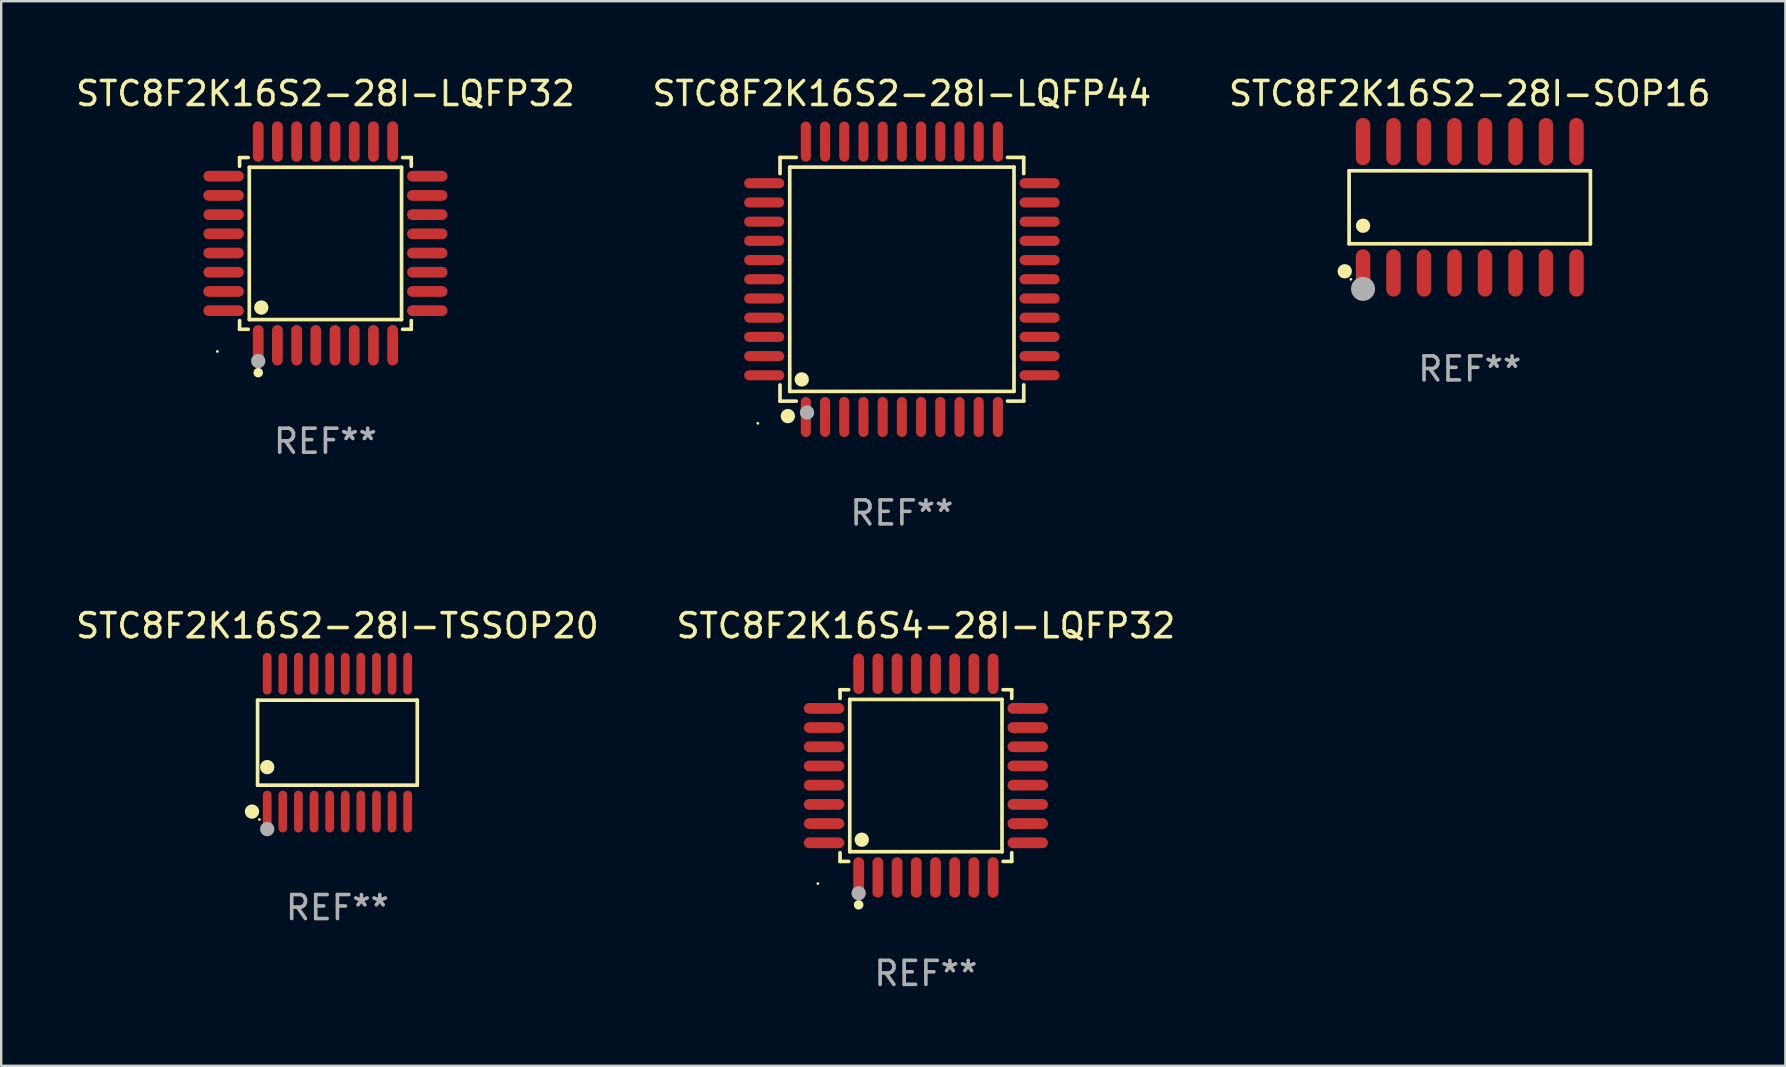
<source format=kicad_pcb>
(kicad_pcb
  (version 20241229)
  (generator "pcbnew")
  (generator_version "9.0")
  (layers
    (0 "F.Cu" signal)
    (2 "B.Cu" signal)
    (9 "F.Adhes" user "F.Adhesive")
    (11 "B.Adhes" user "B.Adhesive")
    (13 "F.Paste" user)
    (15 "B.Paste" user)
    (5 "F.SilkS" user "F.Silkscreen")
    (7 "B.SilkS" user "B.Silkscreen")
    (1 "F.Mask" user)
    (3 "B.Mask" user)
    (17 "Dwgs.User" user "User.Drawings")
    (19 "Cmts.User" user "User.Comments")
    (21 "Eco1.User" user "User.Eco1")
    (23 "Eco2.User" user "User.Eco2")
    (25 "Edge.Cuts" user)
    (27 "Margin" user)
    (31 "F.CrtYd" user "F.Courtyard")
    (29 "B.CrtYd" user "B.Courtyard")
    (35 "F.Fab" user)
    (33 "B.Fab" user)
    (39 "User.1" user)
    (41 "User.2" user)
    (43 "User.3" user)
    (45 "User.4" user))
  (footprint "STC8F2K16S2-28I-SOP16"
    (layer "F.Cu")
    (at 58.173 5.584)
    (property "Reference" "STC8F2K16S2-28I-SOP16" (at 0 -4.736 0) (layer "F.SilkS") (effects (font (size 1 1) (thickness 0.15))))
    (attr through_hole)
    (fp_line (start -5.026 -1.521) (end 5.026 -1.521) (stroke (width 0.152) (type solid)) (layer "F.SilkS"))
    (fp_line (start -5.026 1.521) (end -5.026 -1.521) (stroke (width 0.152) (type solid)) (layer "F.SilkS"))
    (fp_line (start 5.026 -1.521) (end 5.026 1.521) (stroke (width 0.152) (type solid)) (layer "F.SilkS"))
    (fp_line (start 5.026 1.521) (end -5.026 1.521) (stroke (width 0.152) (type solid)) (layer "F.SilkS"))
    (fp_circle (center -5.207 2.667) (end -5.057 2.667) (stroke (width 0.3) (type solid)) (fill no) (layer "F.SilkS"))
    (fp_circle (center -4.95 3) (end -4.92 3) (stroke (width 0.06) (type solid)) (fill no) (layer "F.SilkS"))
    (fp_circle (center -4.445 0.769) (end -4.295 0.769) (stroke (width 0.3) (type solid)) (fill no) (layer "F.SilkS"))
    (fp_circle (center -4.445 3.4) (end -4.195 3.4) (stroke (width 0.5) (type solid)) (fill no) (layer "F.Fab"))
    (fp_text user "REF**" (at 0 6.736 0) (layer "F.Fab") (effects (font (size 1 1) (thickness 0.15))))
    (pad "1" smd oval (at -4.445 2.736) (size 0.602 1.971) (layers "F.Cu" "F.Mask" "F.Paste"))
    (pad "2" smd oval (at -3.175 2.736) (size 0.602 1.971) (layers "F.Cu" "F.Mask" "F.Paste"))
    (pad "3" smd oval (at -1.905 2.736) (size 0.602 1.971) (layers "F.Cu" "F.Mask" "F.Paste"))
    (pad "4" smd oval (at -0.635 2.736) (size 0.602 1.971) (layers "F.Cu" "F.Mask" "F.Paste"))
    (pad "5" smd oval (at 0.635 2.736) (size 0.602 1.971) (layers "F.Cu" "F.Mask" "F.Paste"))
    (pad "6" smd oval (at 1.905 2.736) (size 0.602 1.971) (layers "F.Cu" "F.Mask" "F.Paste"))
    (pad "7" smd oval (at 3.175 2.736) (size 0.602 1.971) (layers "F.Cu" "F.Mask" "F.Paste"))
    (pad "8" smd oval (at 4.445 2.736) (size 0.602 1.971) (layers "F.Cu" "F.Mask" "F.Paste"))
    (pad "9" smd oval (at 4.445 -2.736) (size 0.602 1.971) (layers "F.Cu" "F.Mask" "F.Paste"))
    (pad "10" smd oval (at 3.175 -2.736) (size 0.602 1.971) (layers "F.Cu" "F.Mask" "F.Paste"))
    (pad "11" smd oval (at 1.905 -2.736) (size 0.602 1.971) (layers "F.Cu" "F.Mask" "F.Paste"))
    (pad "12" smd oval (at 0.635 -2.736) (size 0.602 1.971) (layers "F.Cu" "F.Mask" "F.Paste"))
    (pad "13" smd oval (at -0.635 -2.736) (size 0.602 1.971) (layers "F.Cu" "F.Mask" "F.Paste"))
    (pad "14" smd oval (at -1.905 -2.736) (size 0.602 1.971) (layers "F.Cu" "F.Mask" "F.Paste"))
    (pad "15" smd oval (at -3.175 -2.736) (size 0.602 1.971) (layers "F.Cu" "F.Mask" "F.Paste"))
    (pad "16" smd oval (at -4.445 -2.736) (size 0.602 1.971) (layers "F.Cu" "F.Mask" "F.Paste")))
  (footprint "STC8F2K16S4-28I-LQFP32"
    (layer "F.Cu")
    (at 35.518 29.257)
    (property "Reference" "STC8F2K16S4-28I-LQFP32" (at 0 -6.242 0) (layer "F.SilkS") (effects (font (size 1 1) (thickness 0.15))))
    (attr through_hole)
    (fp_line (start -3.576 -3.576) (end -3.215 -3.576) (stroke (width 0.152) (type solid)) (layer "F.SilkS"))
    (fp_line (start -3.576 -3.215) (end -3.576 -3.576) (stroke (width 0.152) (type solid)) (layer "F.SilkS"))
    (fp_line (start -3.576 3.215) (end -3.576 3.576) (stroke (width 0.152) (type solid)) (layer "F.SilkS"))
    (fp_line (start -3.576 3.576) (end -3.215 3.576) (stroke (width 0.152) (type solid)) (layer "F.SilkS"))
    (fp_line (start -3.171 -3.171) (end 3.171 -3.171) (stroke (width 0.152) (type solid)) (layer "F.SilkS"))
    (fp_line (start -3.171 3.171) (end -3.171 -3.171) (stroke (width 0.152) (type solid)) (layer "F.SilkS"))
    (fp_line (start 3.171 -3.171) (end 3.171 3.171) (stroke (width 0.152) (type solid)) (layer "F.SilkS"))
    (fp_line (start 3.171 3.171) (end -3.171 3.171) (stroke (width 0.152) (type solid)) (layer "F.SilkS"))
    (fp_line (start 3.576 -3.576) (end 3.215 -3.576) (stroke (width 0.152) (type solid)) (layer "F.SilkS"))
    (fp_line (start 3.576 -3.215) (end 3.576 -3.576) (stroke (width 0.152) (type solid)) (layer "F.SilkS"))
    (fp_line (start 3.576 3.215) (end 3.576 3.576) (stroke (width 0.152) (type solid)) (layer "F.SilkS"))
    (fp_line (start 3.576 3.576) (end 3.215 3.576) (stroke (width 0.152) (type solid)) (layer "F.SilkS"))
    (fp_circle (center -4.5 4.5) (end -4.47 4.5) (stroke (width 0.06) (type solid)) (fill no) (layer "F.SilkS"))
    (fp_circle (center -2.8 5.384) (end -2.7 5.384) (stroke (width 0.2) (type solid)) (fill no) (layer "F.SilkS"))
    (fp_circle (center -2.671 2.671) (end -2.521 2.671) (stroke (width 0.3) (type solid)) (fill no) (layer "F.SilkS"))
    (fp_circle (center -2.8 4.9) (end -2.65 4.9) (stroke (width 0.3) (type solid)) (fill no) (layer "F.Fab"))
    (fp_text user "REF**" (at 0 8.242 0) (layer "F.Fab") (effects (font (size 1 1) (thickness 0.15))))
    (pad "1" smd oval (at -2.8 4.242) (size 0.448 1.684) (layers "F.Cu" "F.Mask" "F.Paste"))
    (pad "2" smd oval (at -2 4.242) (size 0.448 1.684) (layers "F.Cu" "F.Mask" "F.Paste"))
    (pad "3" smd oval (at -1.2 4.242) (size 0.448 1.684) (layers "F.Cu" "F.Mask" "F.Paste"))
    (pad "4" smd oval (at -0.4 4.242) (size 0.448 1.684) (layers "F.Cu" "F.Mask" "F.Paste"))
    (pad "5" smd oval (at 0.4 4.242) (size 0.448 1.684) (layers "F.Cu" "F.Mask" "F.Paste"))
    (pad "6" smd oval (at 1.2 4.242) (size 0.448 1.684) (layers "F.Cu" "F.Mask" "F.Paste"))
    (pad "7" smd oval (at 2 4.242) (size 0.448 1.684) (layers "F.Cu" "F.Mask" "F.Paste"))
    (pad "8" smd oval (at 2.8 4.242) (size 0.448 1.684) (layers "F.Cu" "F.Mask" "F.Paste"))
    (pad "9" smd oval (at 4.242 2.8) (size 1.684 0.448) (layers "F.Cu" "F.Mask" "F.Paste"))
    (pad "10" smd oval (at 4.242 2) (size 1.684 0.448) (layers "F.Cu" "F.Mask" "F.Paste"))
    (pad "11" smd oval (at 4.242 1.2) (size 1.684 0.448) (layers "F.Cu" "F.Mask" "F.Paste"))
    (pad "12" smd oval (at 4.242 0.4) (size 1.684 0.448) (layers "F.Cu" "F.Mask" "F.Paste"))
    (pad "13" smd oval (at 4.242 -0.4) (size 1.684 0.448) (layers "F.Cu" "F.Mask" "F.Paste"))
    (pad "14" smd oval (at 4.242 -1.2) (size 1.684 0.448) (layers "F.Cu" "F.Mask" "F.Paste"))
    (pad "15" smd oval (at 4.242 -2) (size 1.684 0.448) (layers "F.Cu" "F.Mask" "F.Paste"))
    (pad "16" smd oval (at 4.242 -2.8) (size 1.684 0.448) (layers "F.Cu" "F.Mask" "F.Paste"))
    (pad "17" smd oval (at 2.8 -4.242) (size 0.448 1.684) (layers "F.Cu" "F.Mask" "F.Paste"))
    (pad "18" smd oval (at 2 -4.242) (size 0.448 1.684) (layers "F.Cu" "F.Mask" "F.Paste"))
    (pad "19" smd oval (at 1.2 -4.242) (size 0.448 1.684) (layers "F.Cu" "F.Mask" "F.Paste"))
    (pad "20" smd oval (at 0.4 -4.242) (size 0.448 1.684) (layers "F.Cu" "F.Mask" "F.Paste"))
    (pad "21" smd oval (at -0.4 -4.242) (size 0.448 1.684) (layers "F.Cu" "F.Mask" "F.Paste"))
    (pad "22" smd oval (at -1.2 -4.242) (size 0.448 1.684) (layers "F.Cu" "F.Mask" "F.Paste"))
    (pad "23" smd oval (at -2 -4.242) (size 0.448 1.684) (layers "F.Cu" "F.Mask" "F.Paste"))
    (pad "24" smd oval (at -2.8 -4.242) (size 0.448 1.684) (layers "F.Cu" "F.Mask" "F.Paste"))
    (pad "25" smd oval (at -4.242 -2.8) (size 1.684 0.448) (layers "F.Cu" "F.Mask" "F.Paste"))
    (pad "26" smd oval (at -4.242 -2) (size 1.684 0.448) (layers "F.Cu" "F.Mask" "F.Paste"))
    (pad "27" smd oval (at -4.242 -1.2) (size 1.684 0.448) (layers "F.Cu" "F.Mask" "F.Paste"))
    (pad "28" smd oval (at -4.242 -0.4) (size 1.684 0.448) (layers "F.Cu" "F.Mask" "F.Paste"))
    (pad "29" smd oval (at -4.242 0.4) (size 1.684 0.448) (layers "F.Cu" "F.Mask" "F.Paste"))
    (pad "30" smd oval (at -4.242 1.2) (size 1.684 0.448) (layers "F.Cu" "F.Mask" "F.Paste"))
    (pad "31" smd oval (at -4.242 2) (size 1.684 0.448) (layers "F.Cu" "F.Mask" "F.Paste"))
    (pad "32" smd oval (at -4.242 2.8) (size 1.684 0.448) (layers "F.Cu" "F.Mask" "F.Paste")))
  (footprint "STC8F2K16S2-28I-LQFP44"
    (layer "F.Cu")
    (at 34.518 8.583)
    (property "Reference" "STC8F2K16S2-28I-LQFP44" (at 0 -7.735 0) (layer "F.SilkS") (effects (font (size 1 1) (thickness 0.15))))
    (attr through_hole)
    (fp_line (start -5.076 -5.076) (end -4.401 -5.076) (stroke (width 0.152) (type solid)) (layer "F.SilkS"))
    (fp_line (start -5.076 -4.401) (end -5.076 -5.076) (stroke (width 0.152) (type solid)) (layer "F.SilkS"))
    (fp_line (start -5.076 4.401) (end -5.076 5.076) (stroke (width 0.152) (type solid)) (layer "F.SilkS"))
    (fp_line (start -5.076 5.076) (end -4.401 5.076) (stroke (width 0.152) (type solid)) (layer "F.SilkS"))
    (fp_line (start -4.671 -4.671) (end 4.671 -4.671) (stroke (width 0.152) (type solid)) (layer "F.SilkS"))
    (fp_line (start -4.671 4.671) (end -4.671 -4.671) (stroke (width 0.152) (type solid)) (layer "F.SilkS"))
    (fp_line (start 4.671 -4.671) (end 4.671 4.671) (stroke (width 0.152) (type solid)) (layer "F.SilkS"))
    (fp_line (start 4.671 4.671) (end -4.671 4.671) (stroke (width 0.152) (type solid)) (layer "F.SilkS"))
    (fp_line (start 5.076 -5.076) (end 4.401 -5.076) (stroke (width 0.152) (type solid)) (layer "F.SilkS"))
    (fp_line (start 5.076 -4.401) (end 5.076 -5.076) (stroke (width 0.152) (type solid)) (layer "F.SilkS"))
    (fp_line (start 5.076 4.401) (end 5.076 5.076) (stroke (width 0.152) (type solid)) (layer "F.SilkS"))
    (fp_line (start 5.076 5.076) (end 4.401 5.076) (stroke (width 0.152) (type solid)) (layer "F.SilkS"))
    (fp_circle (center -6 6) (end -5.97 6) (stroke (width 0.06) (type solid)) (fill no) (layer "F.SilkS"))
    (fp_circle (center -4.75 5.7) (end -4.6 5.7) (stroke (width 0.3) (type solid)) (fill no) (layer "F.SilkS"))
    (fp_circle (center -4.171 4.171) (end -4.021 4.171) (stroke (width 0.3) (type solid)) (fill no) (layer "F.SilkS"))
    (fp_circle (center -3.95 5.55) (end -3.8 5.55) (stroke (width 0.3) (type solid)) (fill no) (layer "F.Fab"))
    (fp_text user "REF**" (at 0 9.735 0) (layer "F.Fab") (effects (font (size 1 1) (thickness 0.15))))
    (pad "1" smd oval (at -4 5.735) (size 0.42 1.67) (layers "F.Cu" "F.Mask" "F.Paste"))
    (pad "2" smd oval (at -3.2 5.735) (size 0.42 1.67) (layers "F.Cu" "F.Mask" "F.Paste"))
    (pad "3" smd oval (at -2.4 5.735) (size 0.42 1.67) (layers "F.Cu" "F.Mask" "F.Paste"))
    (pad "4" smd oval (at -1.6 5.735) (size 0.42 1.67) (layers "F.Cu" "F.Mask" "F.Paste"))
    (pad "5" smd oval (at -0.8 5.735) (size 0.42 1.67) (layers "F.Cu" "F.Mask" "F.Paste"))
    (pad "6" smd oval (at 0 5.735) (size 0.42 1.67) (layers "F.Cu" "F.Mask" "F.Paste"))
    (pad "7" smd oval (at 0.8 5.735) (size 0.42 1.67) (layers "F.Cu" "F.Mask" "F.Paste"))
    (pad "8" smd oval (at 1.6 5.735) (size 0.42 1.67) (layers "F.Cu" "F.Mask" "F.Paste"))
    (pad "9" smd oval (at 2.4 5.735) (size 0.42 1.67) (layers "F.Cu" "F.Mask" "F.Paste"))
    (pad "10" smd oval (at 3.2 5.735) (size 0.42 1.67) (layers "F.Cu" "F.Mask" "F.Paste"))
    (pad "11" smd oval (at 4 5.735) (size 0.42 1.67) (layers "F.Cu" "F.Mask" "F.Paste"))
    (pad "12" smd oval (at 5.735 4) (size 1.67 0.42) (layers "F.Cu" "F.Mask" "F.Paste"))
    (pad "13" smd oval (at 5.735 3.2) (size 1.67 0.42) (layers "F.Cu" "F.Mask" "F.Paste"))
    (pad "14" smd oval (at 5.735 2.4) (size 1.67 0.42) (layers "F.Cu" "F.Mask" "F.Paste"))
    (pad "15" smd oval (at 5.735 1.6) (size 1.67 0.42) (layers "F.Cu" "F.Mask" "F.Paste"))
    (pad "16" smd oval (at 5.735 0.8) (size 1.67 0.42) (layers "F.Cu" "F.Mask" "F.Paste"))
    (pad "17" smd oval (at 5.735 0) (size 1.67 0.42) (layers "F.Cu" "F.Mask" "F.Paste"))
    (pad "18" smd oval (at 5.735 -0.8) (size 1.67 0.42) (layers "F.Cu" "F.Mask" "F.Paste"))
    (pad "19" smd oval (at 5.735 -1.6) (size 1.67 0.42) (layers "F.Cu" "F.Mask" "F.Paste"))
    (pad "20" smd oval (at 5.735 -2.4) (size 1.67 0.42) (layers "F.Cu" "F.Mask" "F.Paste"))
    (pad "21" smd oval (at 5.735 -3.2) (size 1.67 0.42) (layers "F.Cu" "F.Mask" "F.Paste"))
    (pad "22" smd oval (at 5.735 -4) (size 1.67 0.42) (layers "F.Cu" "F.Mask" "F.Paste"))
    (pad "23" smd oval (at 4 -5.735) (size 0.42 1.67) (layers "F.Cu" "F.Mask" "F.Paste"))
    (pad "24" smd oval (at 3.2 -5.735) (size 0.42 1.67) (layers "F.Cu" "F.Mask" "F.Paste"))
    (pad "25" smd oval (at 2.4 -5.735) (size 0.42 1.67) (layers "F.Cu" "F.Mask" "F.Paste"))
    (pad "26" smd oval (at 1.6 -5.735) (size 0.42 1.67) (layers "F.Cu" "F.Mask" "F.Paste"))
    (pad "27" smd oval (at 0.8 -5.735) (size 0.42 1.67) (layers "F.Cu" "F.Mask" "F.Paste"))
    (pad "28" smd oval (at 0 -5.735) (size 0.42 1.67) (layers "F.Cu" "F.Mask" "F.Paste"))
    (pad "29" smd oval (at -0.8 -5.735) (size 0.42 1.67) (layers "F.Cu" "F.Mask" "F.Paste"))
    (pad "30" smd oval (at -1.6 -5.735) (size 0.42 1.67) (layers "F.Cu" "F.Mask" "F.Paste"))
    (pad "31" smd oval (at -2.4 -5.735) (size 0.42 1.67) (layers "F.Cu" "F.Mask" "F.Paste"))
    (pad "32" smd oval (at -3.2 -5.735) (size 0.42 1.67) (layers "F.Cu" "F.Mask" "F.Paste"))
    (pad "33" smd oval (at -4 -5.735) (size 0.42 1.67) (layers "F.Cu" "F.Mask" "F.Paste"))
    (pad "34" smd oval (at -5.735 -4) (size 1.67 0.42) (layers "F.Cu" "F.Mask" "F.Paste"))
    (pad "35" smd oval (at -5.735 -3.2) (size 1.67 0.42) (layers "F.Cu" "F.Mask" "F.Paste"))
    (pad "36" smd oval (at -5.735 -2.4) (size 1.67 0.42) (layers "F.Cu" "F.Mask" "F.Paste"))
    (pad "37" smd oval (at -5.735 -1.6) (size 1.67 0.42) (layers "F.Cu" "F.Mask" "F.Paste"))
    (pad "38" smd oval (at -5.735 -0.8) (size 1.67 0.42) (layers "F.Cu" "F.Mask" "F.Paste"))
    (pad "39" smd oval (at -5.735 0) (size 1.67 0.42) (layers "F.Cu" "F.Mask" "F.Paste"))
    (pad "40" smd oval (at -5.735 0.8) (size 1.67 0.42) (layers "F.Cu" "F.Mask" "F.Paste"))
    (pad "41" smd oval (at -5.735 1.6) (size 1.67 0.42) (layers "F.Cu" "F.Mask" "F.Paste"))
    (pad "42" smd oval (at -5.735 2.4) (size 1.67 0.42) (layers "F.Cu" "F.Mask" "F.Paste"))
    (pad "43" smd oval (at -5.735 3.2) (size 1.67 0.42) (layers "F.Cu" "F.Mask" "F.Paste"))
    (pad "44" smd oval (at -5.735 4) (size 1.67 0.42) (layers "F.Cu" "F.Mask" "F.Paste")))
  (footprint "STC8F2K16S2-28I-LQFP32"
    (layer "F.Cu")
    (at 10.506 7.09)
    (property "Reference" "STC8F2K16S2-28I-LQFP32" (at 0 -6.242 0) (layer "F.SilkS") (effects (font (size 1 1) (thickness 0.15))))
    (attr through_hole)
    (fp_line (start -3.576 -3.576) (end -3.215 -3.576) (stroke (width 0.152) (type solid)) (layer "F.SilkS"))
    (fp_line (start -3.576 -3.215) (end -3.576 -3.576) (stroke (width 0.152) (type solid)) (layer "F.SilkS"))
    (fp_line (start -3.576 3.215) (end -3.576 3.576) (stroke (width 0.152) (type solid)) (layer "F.SilkS"))
    (fp_line (start -3.576 3.576) (end -3.215 3.576) (stroke (width 0.152) (type solid)) (layer "F.SilkS"))
    (fp_line (start -3.171 -3.171) (end 3.171 -3.171) (stroke (width 0.152) (type solid)) (layer "F.SilkS"))
    (fp_line (start -3.171 3.171) (end -3.171 -3.171) (stroke (width 0.152) (type solid)) (layer "F.SilkS"))
    (fp_line (start 3.171 -3.171) (end 3.171 3.171) (stroke (width 0.152) (type solid)) (layer "F.SilkS"))
    (fp_line (start 3.171 3.171) (end -3.171 3.171) (stroke (width 0.152) (type solid)) (layer "F.SilkS"))
    (fp_line (start 3.576 -3.576) (end 3.215 -3.576) (stroke (width 0.152) (type solid)) (layer "F.SilkS"))
    (fp_line (start 3.576 -3.215) (end 3.576 -3.576) (stroke (width 0.152) (type solid)) (layer "F.SilkS"))
    (fp_line (start 3.576 3.215) (end 3.576 3.576) (stroke (width 0.152) (type solid)) (layer "F.SilkS"))
    (fp_line (start 3.576 3.576) (end 3.215 3.576) (stroke (width 0.152) (type solid)) (layer "F.SilkS"))
    (fp_circle (center -4.5 4.5) (end -4.47 4.5) (stroke (width 0.06) (type solid)) (fill no) (layer "F.SilkS"))
    (fp_circle (center -2.8 5.384) (end -2.7 5.384) (stroke (width 0.2) (type solid)) (fill no) (layer "F.SilkS"))
    (fp_circle (center -2.671 2.671) (end -2.521 2.671) (stroke (width 0.3) (type solid)) (fill no) (layer "F.SilkS"))
    (fp_circle (center -2.8 4.9) (end -2.65 4.9) (stroke (width 0.3) (type solid)) (fill no) (layer "F.Fab"))
    (fp_text user "REF**" (at 0 8.242 0) (layer "F.Fab") (effects (font (size 1 1) (thickness 0.15))))
    (pad "1" smd oval (at -2.8 4.242) (size 0.448 1.684) (layers "F.Cu" "F.Mask" "F.Paste"))
    (pad "2" smd oval (at -2 4.242) (size 0.448 1.684) (layers "F.Cu" "F.Mask" "F.Paste"))
    (pad "3" smd oval (at -1.2 4.242) (size 0.448 1.684) (layers "F.Cu" "F.Mask" "F.Paste"))
    (pad "4" smd oval (at -0.4 4.242) (size 0.448 1.684) (layers "F.Cu" "F.Mask" "F.Paste"))
    (pad "5" smd oval (at 0.4 4.242) (size 0.448 1.684) (layers "F.Cu" "F.Mask" "F.Paste"))
    (pad "6" smd oval (at 1.2 4.242) (size 0.448 1.684) (layers "F.Cu" "F.Mask" "F.Paste"))
    (pad "7" smd oval (at 2 4.242) (size 0.448 1.684) (layers "F.Cu" "F.Mask" "F.Paste"))
    (pad "8" smd oval (at 2.8 4.242) (size 0.448 1.684) (layers "F.Cu" "F.Mask" "F.Paste"))
    (pad "9" smd oval (at 4.242 2.8) (size 1.684 0.448) (layers "F.Cu" "F.Mask" "F.Paste"))
    (pad "10" smd oval (at 4.242 2) (size 1.684 0.448) (layers "F.Cu" "F.Mask" "F.Paste"))
    (pad "11" smd oval (at 4.242 1.2) (size 1.684 0.448) (layers "F.Cu" "F.Mask" "F.Paste"))
    (pad "12" smd oval (at 4.242 0.4) (size 1.684 0.448) (layers "F.Cu" "F.Mask" "F.Paste"))
    (pad "13" smd oval (at 4.242 -0.4) (size 1.684 0.448) (layers "F.Cu" "F.Mask" "F.Paste"))
    (pad "14" smd oval (at 4.242 -1.2) (size 1.684 0.448) (layers "F.Cu" "F.Mask" "F.Paste"))
    (pad "15" smd oval (at 4.242 -2) (size 1.684 0.448) (layers "F.Cu" "F.Mask" "F.Paste"))
    (pad "16" smd oval (at 4.242 -2.8) (size 1.684 0.448) (layers "F.Cu" "F.Mask" "F.Paste"))
    (pad "17" smd oval (at 2.8 -4.242) (size 0.448 1.684) (layers "F.Cu" "F.Mask" "F.Paste"))
    (pad "18" smd oval (at 2 -4.242) (size 0.448 1.684) (layers "F.Cu" "F.Mask" "F.Paste"))
    (pad "19" smd oval (at 1.2 -4.242) (size 0.448 1.684) (layers "F.Cu" "F.Mask" "F.Paste"))
    (pad "20" smd oval (at 0.4 -4.242) (size 0.448 1.684) (layers "F.Cu" "F.Mask" "F.Paste"))
    (pad "21" smd oval (at -0.4 -4.242) (size 0.448 1.684) (layers "F.Cu" "F.Mask" "F.Paste"))
    (pad "22" smd oval (at -1.2 -4.242) (size 0.448 1.684) (layers "F.Cu" "F.Mask" "F.Paste"))
    (pad "23" smd oval (at -2 -4.242) (size 0.448 1.684) (layers "F.Cu" "F.Mask" "F.Paste"))
    (pad "24" smd oval (at -2.8 -4.242) (size 0.448 1.684) (layers "F.Cu" "F.Mask" "F.Paste"))
    (pad "25" smd oval (at -4.242 -2.8) (size 1.684 0.448) (layers "F.Cu" "F.Mask" "F.Paste"))
    (pad "26" smd oval (at -4.242 -2) (size 1.684 0.448) (layers "F.Cu" "F.Mask" "F.Paste"))
    (pad "27" smd oval (at -4.242 -1.2) (size 1.684 0.448) (layers "F.Cu" "F.Mask" "F.Paste"))
    (pad "28" smd oval (at -4.242 -0.4) (size 1.684 0.448) (layers "F.Cu" "F.Mask" "F.Paste"))
    (pad "29" smd oval (at -4.242 0.4) (size 1.684 0.448) (layers "F.Cu" "F.Mask" "F.Paste"))
    (pad "30" smd oval (at -4.242 1.2) (size 1.684 0.448) (layers "F.Cu" "F.Mask" "F.Paste"))
    (pad "31" smd oval (at -4.242 2) (size 1.684 0.448) (layers "F.Cu" "F.Mask" "F.Paste"))
    (pad "32" smd oval (at -4.242 2.8) (size 1.684 0.448) (layers "F.Cu" "F.Mask" "F.Paste")))
  (footprint "STC8F2K16S2-28I-TSSOP20"
    (layer "F.Cu")
    (at 11.006 27.886)
    (property "Reference" "STC8F2K16S2-28I-TSSOP20" (at 0 -4.871 0) (layer "F.SilkS") (effects (font (size 1 1) (thickness 0.15))))
    (attr through_hole)
    (fp_line (start -3.326 -1.771) (end 3.326 -1.771) (stroke (width 0.152) (type solid)) (layer "F.SilkS"))
    (fp_line (start -3.326 1.771) (end -3.326 -1.771) (stroke (width 0.152) (type solid)) (layer "F.SilkS"))
    (fp_line (start 3.326 -1.771) (end 3.326 1.771) (stroke (width 0.152) (type solid)) (layer "F.SilkS"))
    (fp_line (start 3.326 1.771) (end -3.326 1.771) (stroke (width 0.152) (type solid)) (layer "F.SilkS"))
    (fp_circle (center -3.559 2.871) (end -3.409 2.871) (stroke (width 0.3) (type solid)) (fill no) (layer "F.SilkS"))
    (fp_circle (center -3.25 3.2) (end -3.22 3.2) (stroke (width 0.06) (type solid)) (fill no) (layer "F.SilkS"))
    (fp_circle (center -2.925 1.019) (end -2.775 1.019) (stroke (width 0.3) (type solid)) (fill no) (layer "F.SilkS"))
    (fp_circle (center -2.925 3.6) (end -2.775 3.6) (stroke (width 0.3) (type solid)) (fill no) (layer "F.Fab"))
    (fp_text user "REF**" (at 0 6.871 0) (layer "F.Fab") (effects (font (size 1 1) (thickness 0.15))))
    (pad "1" smd oval (at -2.925 2.871) (size 0.364 1.742) (layers "F.Cu" "F.Mask" "F.Paste"))
    (pad "2" smd oval (at -2.275 2.871) (size 0.364 1.742) (layers "F.Cu" "F.Mask" "F.Paste"))
    (pad "3" smd oval (at -1.625 2.871) (size 0.364 1.742) (layers "F.Cu" "F.Mask" "F.Paste"))
    (pad "4" smd oval (at -0.975 2.871) (size 0.364 1.742) (layers "F.Cu" "F.Mask" "F.Paste"))
    (pad "5" smd oval (at -0.325 2.871) (size 0.364 1.742) (layers "F.Cu" "F.Mask" "F.Paste"))
    (pad "6" smd oval (at 0.325 2.871) (size 0.364 1.742) (layers "F.Cu" "F.Mask" "F.Paste"))
    (pad "7" smd oval (at 0.975 2.871) (size 0.364 1.742) (layers "F.Cu" "F.Mask" "F.Paste"))
    (pad "8" smd oval (at 1.625 2.871) (size 0.364 1.742) (layers "F.Cu" "F.Mask" "F.Paste"))
    (pad "9" smd oval (at 2.275 2.871) (size 0.364 1.742) (layers "F.Cu" "F.Mask" "F.Paste"))
    (pad "10" smd oval (at 2.925 2.871) (size 0.364 1.742) (layers "F.Cu" "F.Mask" "F.Paste"))
    (pad "11" smd oval (at 2.925 -2.871) (size 0.364 1.742) (layers "F.Cu" "F.Mask" "F.Paste"))
    (pad "12" smd oval (at 2.275 -2.871) (size 0.364 1.742) (layers "F.Cu" "F.Mask" "F.Paste"))
    (pad "13" smd oval (at 1.625 -2.871) (size 0.364 1.742) (layers "F.Cu" "F.Mask" "F.Paste"))
    (pad "14" smd oval (at 0.975 -2.871) (size 0.364 1.742) (layers "F.Cu" "F.Mask" "F.Paste"))
    (pad "15" smd oval (at 0.325 -2.871) (size 0.364 1.742) (layers "F.Cu" "F.Mask" "F.Paste"))
    (pad "16" smd oval (at -0.325 -2.871) (size 0.364 1.742) (layers "F.Cu" "F.Mask" "F.Paste"))
    (pad "17" smd oval (at -0.975 -2.871) (size 0.364 1.742) (layers "F.Cu" "F.Mask" "F.Paste"))
    (pad "18" smd oval (at -1.625 -2.871) (size 0.364 1.742) (layers "F.Cu" "F.Mask" "F.Paste"))
    (pad "19" smd oval (at -2.275 -2.871) (size 0.364 1.742) (layers "F.Cu" "F.Mask" "F.Paste"))
    (pad "20" smd oval (at -2.925 -2.871) (size 0.364 1.742) (layers "F.Cu" "F.Mask" "F.Paste")))
  (gr_rect
    (start -3 -3)
    (end 71.321 41.347)
    (stroke (width 0.1) (type default))
    (fill no)
    (layer "Edge.Cuts")))
</source>
